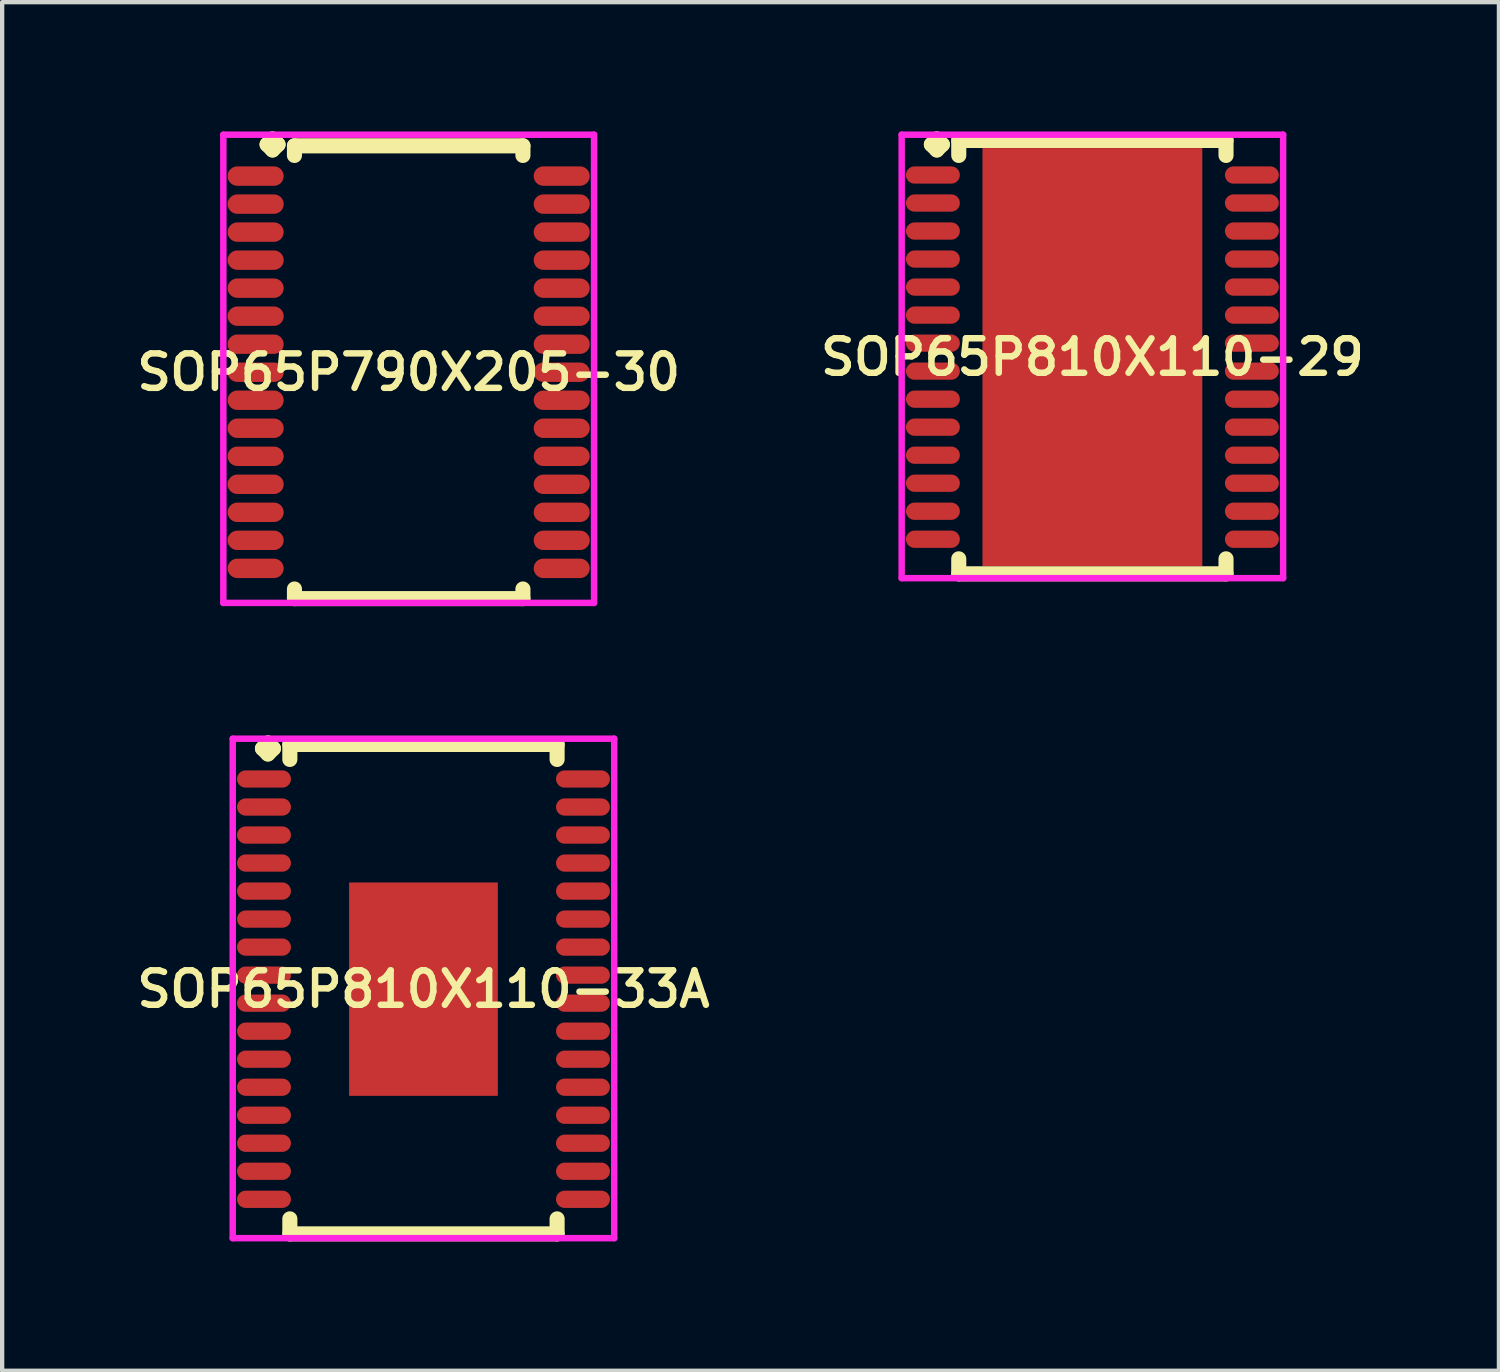
<source format=kicad_pcb>
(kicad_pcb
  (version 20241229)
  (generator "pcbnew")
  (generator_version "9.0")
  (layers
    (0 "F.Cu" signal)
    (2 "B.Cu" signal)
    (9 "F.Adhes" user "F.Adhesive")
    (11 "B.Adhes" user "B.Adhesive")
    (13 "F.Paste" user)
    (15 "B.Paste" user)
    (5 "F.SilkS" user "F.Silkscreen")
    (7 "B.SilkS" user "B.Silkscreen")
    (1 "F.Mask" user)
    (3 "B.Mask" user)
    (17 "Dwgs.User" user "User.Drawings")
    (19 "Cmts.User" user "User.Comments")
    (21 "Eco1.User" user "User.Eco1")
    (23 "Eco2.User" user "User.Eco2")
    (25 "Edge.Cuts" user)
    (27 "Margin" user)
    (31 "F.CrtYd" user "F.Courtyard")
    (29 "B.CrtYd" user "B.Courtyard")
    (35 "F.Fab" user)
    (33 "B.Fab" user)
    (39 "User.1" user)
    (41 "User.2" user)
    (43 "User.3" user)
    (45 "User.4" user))
  (footprint "SOP65P810X110-29"
    (layer "F.Cu")
    (at 22.292 5.235)
    (property "Reference" "SOP65P810X110-29" (at 0 0 0) (layer "F.SilkS") (effects (font (size 0.8 0.8) (thickness 0.15))))
    (attr smd)
    (fp_line (start -3.735 -4.933) (end -3.608 -5.06) (stroke (width 0.35) (type solid)) (layer "F.SilkS"))
    (fp_line (start -3.608 -5.06) (end -3.481 -4.933) (stroke (width 0.35) (type solid)) (layer "F.SilkS"))
    (fp_line (start -3.608 -4.806) (end -3.735 -4.933) (stroke (width 0.35) (type solid)) (layer "F.SilkS"))
    (fp_line (start -3.481 -4.933) (end -3.608 -4.806) (stroke (width 0.35) (type solid)) (layer "F.SilkS"))
    (fp_line (start -3.1 -5.027) (end 3.1 -5.027) (stroke (width 0.35) (type solid)) (layer "F.SilkS"))
    (fp_line (start -3.1 -4.679) (end -3.1 -5.027) (stroke (width 0.35) (type solid)) (layer "F.SilkS"))
    (fp_line (start -3.1 4.679) (end -3.1 5.027) (stroke (width 0.35) (type solid)) (layer "F.SilkS"))
    (fp_line (start -3.1 5.027) (end 3.1 5.027) (stroke (width 0.35) (type solid)) (layer "F.SilkS"))
    (fp_line (start 3.1 -5.027) (end 3.1 -4.679) (stroke (width 0.35) (type solid)) (layer "F.SilkS"))
    (fp_line (start 3.1 5.027) (end 3.1 4.679) (stroke (width 0.35) (type solid)) (layer "F.SilkS"))
    (fp_line (start -4.425 -5.16) (end 4.425 -5.16) (stroke (width 0.15) (type solid)) (layer "F.CrtYd"))
    (fp_line (start -4.425 5.127) (end -4.425 -5.16) (stroke (width 0.15) (type solid)) (layer "F.CrtYd"))
    (fp_line (start 4.425 -5.16) (end 4.425 5.127) (stroke (width 0.15) (type solid)) (layer "F.CrtYd"))
    (fp_line (start 4.425 5.127) (end -4.425 5.127) (stroke (width 0.15) (type solid)) (layer "F.CrtYd"))
    (pad "1" smd oval (at -3.7 -4.225) (size 1.25 0.4) (layers "F.Cu" "F.Mask" "F.Paste"))
    (pad "2" smd oval (at -3.7 -3.575) (size 1.25 0.4) (layers "F.Cu" "F.Mask" "F.Paste"))
    (pad "3" smd oval (at -3.7 -2.925) (size 1.25 0.4) (layers "F.Cu" "F.Mask" "F.Paste"))
    (pad "4" smd oval (at -3.7 -2.275) (size 1.25 0.4) (layers "F.Cu" "F.Mask" "F.Paste"))
    (pad "5" smd oval (at -3.7 -1.625) (size 1.25 0.4) (layers "F.Cu" "F.Mask" "F.Paste"))
    (pad "6" smd oval (at -3.7 -0.975) (size 1.25 0.4) (layers "F.Cu" "F.Mask" "F.Paste"))
    (pad "7" smd oval (at -3.7 -0.325) (size 1.25 0.4) (layers "F.Cu" "F.Mask" "F.Paste"))
    (pad "8" smd oval (at -3.7 0.325) (size 1.25 0.4) (layers "F.Cu" "F.Mask" "F.Paste"))
    (pad "9" smd oval (at -3.7 0.975) (size 1.25 0.4) (layers "F.Cu" "F.Mask" "F.Paste"))
    (pad "10" smd oval (at -3.7 1.625) (size 1.25 0.4) (layers "F.Cu" "F.Mask" "F.Paste"))
    (pad "11" smd oval (at -3.7 2.275) (size 1.25 0.4) (layers "F.Cu" "F.Mask" "F.Paste"))
    (pad "12" smd oval (at -3.7 2.925) (size 1.25 0.4) (layers "F.Cu" "F.Mask" "F.Paste"))
    (pad "13" smd oval (at -3.7 3.575) (size 1.25 0.4) (layers "F.Cu" "F.Mask" "F.Paste"))
    (pad "14" smd oval (at -3.7 4.225) (size 1.25 0.4) (layers "F.Cu" "F.Mask" "F.Paste"))
    (pad "15" smd oval (at 3.7 4.225) (size 1.25 0.4) (layers "F.Cu" "F.Mask" "F.Paste"))
    (pad "16" smd oval (at 3.7 3.575) (size 1.25 0.4) (layers "F.Cu" "F.Mask" "F.Paste"))
    (pad "17" smd oval (at 3.7 2.925) (size 1.25 0.4) (layers "F.Cu" "F.Mask" "F.Paste"))
    (pad "18" smd oval (at 3.7 2.275) (size 1.25 0.4) (layers "F.Cu" "F.Mask" "F.Paste"))
    (pad "19" smd oval (at 3.7 1.625) (size 1.25 0.4) (layers "F.Cu" "F.Mask" "F.Paste"))
    (pad "20" smd oval (at 3.7 0.975) (size 1.25 0.4) (layers "F.Cu" "F.Mask" "F.Paste"))
    (pad "21" smd oval (at 3.7 0.325) (size 1.25 0.4) (layers "F.Cu" "F.Mask" "F.Paste"))
    (pad "22" smd oval (at 3.7 -0.325) (size 1.25 0.4) (layers "F.Cu" "F.Mask" "F.Paste"))
    (pad "23" smd oval (at 3.7 -0.975) (size 1.25 0.4) (layers "F.Cu" "F.Mask" "F.Paste"))
    (pad "24" smd oval (at 3.7 -1.625) (size 1.25 0.4) (layers "F.Cu" "F.Mask" "F.Paste"))
    (pad "25" smd oval (at 3.7 -2.275) (size 1.25 0.4) (layers "F.Cu" "F.Mask" "F.Paste"))
    (pad "26" smd oval (at 3.7 -2.925) (size 1.25 0.4) (layers "F.Cu" "F.Mask" "F.Paste"))
    (pad "27" smd oval (at 3.7 -3.575) (size 1.25 0.4) (layers "F.Cu" "F.Mask" "F.Paste"))
    (pad "28" smd oval (at 3.7 -4.225) (size 1.25 0.4) (layers "F.Cu" "F.Mask" "F.Paste"))
    (pad "29" smd rect (at 0 0) (size 5.1 9.7) (layers "F.Cu" "F.Mask" "F.Paste")))
  (footprint "SOP65P790X205-30"
    (layer "F.Cu")
    (at 6.431 5.585)
    (property "Reference" "SOP65P790X205-30" (at 0 0 0) (layer "F.SilkS") (effects (font (size 0.8 0.8) (thickness 0.15))))
    (attr smd)
    (fp_line (start -3.285 -5.283) (end -3.158 -5.41) (stroke (width 0.35) (type solid)) (layer "F.SilkS"))
    (fp_line (start -3.158 -5.41) (end -3.031 -5.283) (stroke (width 0.35) (type solid)) (layer "F.SilkS"))
    (fp_line (start -3.158 -5.156) (end -3.285 -5.283) (stroke (width 0.35) (type solid)) (layer "F.SilkS"))
    (fp_line (start -3.031 -5.283) (end -3.158 -5.156) (stroke (width 0.35) (type solid)) (layer "F.SilkS"))
    (fp_line (start -2.65 -5.252) (end 2.65 -5.252) (stroke (width 0.35) (type solid)) (layer "F.SilkS"))
    (fp_line (start -2.65 -5.029) (end -2.65 -5.252) (stroke (width 0.35) (type solid)) (layer "F.SilkS"))
    (fp_line (start -2.65 5.029) (end -2.65 5.252) (stroke (width 0.35) (type solid)) (layer "F.SilkS"))
    (fp_line (start -2.65 5.252) (end 2.65 5.252) (stroke (width 0.35) (type solid)) (layer "F.SilkS"))
    (fp_line (start 2.65 -5.252) (end 2.65 -5.029) (stroke (width 0.35) (type solid)) (layer "F.SilkS"))
    (fp_line (start 2.65 5.252) (end 2.65 5.029) (stroke (width 0.35) (type solid)) (layer "F.SilkS"))
    (fp_line (start -4.3 -5.51) (end 4.3 -5.51) (stroke (width 0.15) (type solid)) (layer "F.CrtYd"))
    (fp_line (start -4.3 5.352) (end -4.3 -5.51) (stroke (width 0.15) (type solid)) (layer "F.CrtYd"))
    (fp_line (start 4.3 -5.51) (end 4.3 5.352) (stroke (width 0.15) (type solid)) (layer "F.CrtYd"))
    (fp_line (start 4.3 5.352) (end -4.3 5.352) (stroke (width 0.15) (type solid)) (layer "F.CrtYd"))
    (pad "1" smd oval (at -3.55 -4.55) (size 1.3 0.45) (layers "F.Cu" "F.Mask" "F.Paste"))
    (pad "2" smd oval (at -3.55 -3.9) (size 1.3 0.45) (layers "F.Cu" "F.Mask" "F.Paste"))
    (pad "3" smd oval (at -3.55 -3.25) (size 1.3 0.45) (layers "F.Cu" "F.Mask" "F.Paste"))
    (pad "4" smd oval (at -3.55 -2.6) (size 1.3 0.45) (layers "F.Cu" "F.Mask" "F.Paste"))
    (pad "5" smd oval (at -3.55 -1.95) (size 1.3 0.45) (layers "F.Cu" "F.Mask" "F.Paste"))
    (pad "6" smd oval (at -3.55 -1.3) (size 1.3 0.45) (layers "F.Cu" "F.Mask" "F.Paste"))
    (pad "7" smd oval (at -3.55 -0.65) (size 1.3 0.45) (layers "F.Cu" "F.Mask" "F.Paste"))
    (pad "8" smd oval (at -3.55 0) (size 1.3 0.45) (layers "F.Cu" "F.Mask" "F.Paste"))
    (pad "9" smd oval (at -3.55 0.65) (size 1.3 0.45) (layers "F.Cu" "F.Mask" "F.Paste"))
    (pad "10" smd oval (at -3.55 1.3) (size 1.3 0.45) (layers "F.Cu" "F.Mask" "F.Paste"))
    (pad "11" smd oval (at -3.55 1.95) (size 1.3 0.45) (layers "F.Cu" "F.Mask" "F.Paste"))
    (pad "12" smd oval (at -3.55 2.6) (size 1.3 0.45) (layers "F.Cu" "F.Mask" "F.Paste"))
    (pad "13" smd oval (at -3.55 3.25) (size 1.3 0.45) (layers "F.Cu" "F.Mask" "F.Paste"))
    (pad "14" smd oval (at -3.55 3.9) (size 1.3 0.45) (layers "F.Cu" "F.Mask" "F.Paste"))
    (pad "15" smd oval (at -3.55 4.55) (size 1.3 0.45) (layers "F.Cu" "F.Mask" "F.Paste"))
    (pad "16" smd oval (at 3.55 4.55) (size 1.3 0.45) (layers "F.Cu" "F.Mask" "F.Paste"))
    (pad "17" smd oval (at 3.55 3.9) (size 1.3 0.45) (layers "F.Cu" "F.Mask" "F.Paste"))
    (pad "18" smd oval (at 3.55 3.25) (size 1.3 0.45) (layers "F.Cu" "F.Mask" "F.Paste"))
    (pad "19" smd oval (at 3.55 2.6) (size 1.3 0.45) (layers "F.Cu" "F.Mask" "F.Paste"))
    (pad "20" smd oval (at 3.55 1.95) (size 1.3 0.45) (layers "F.Cu" "F.Mask" "F.Paste"))
    (pad "21" smd oval (at 3.55 1.3) (size 1.3 0.45) (layers "F.Cu" "F.Mask" "F.Paste"))
    (pad "22" smd oval (at 3.55 0.65) (size 1.3 0.45) (layers "F.Cu" "F.Mask" "F.Paste"))
    (pad "23" smd oval (at 3.55 0) (size 1.3 0.45) (layers "F.Cu" "F.Mask" "F.Paste"))
    (pad "24" smd oval (at 3.55 -0.65) (size 1.3 0.45) (layers "F.Cu" "F.Mask" "F.Paste"))
    (pad "25" smd oval (at 3.55 -1.3) (size 1.3 0.45) (layers "F.Cu" "F.Mask" "F.Paste"))
    (pad "26" smd oval (at 3.55 -1.95) (size 1.3 0.45) (layers "F.Cu" "F.Mask" "F.Paste"))
    (pad "27" smd oval (at 3.55 -2.6) (size 1.3 0.45) (layers "F.Cu" "F.Mask" "F.Paste"))
    (pad "28" smd oval (at 3.55 -3.25) (size 1.3 0.45) (layers "F.Cu" "F.Mask" "F.Paste"))
    (pad "29" smd oval (at 3.55 -3.9) (size 1.3 0.45) (layers "F.Cu" "F.Mask" "F.Paste"))
    (pad "30" smd oval (at 3.55 -4.55) (size 1.3 0.45) (layers "F.Cu" "F.Mask" "F.Paste")))
  (footprint "SOP65P810X110-33A"
    (layer "F.Cu")
    (at 6.774 19.897)
    (property "Reference" "SOP65P810X110-33A" (at 0 0 0) (layer "F.SilkS") (effects (font (size 0.8 0.8) (thickness 0.15))))
    (attr through_hole)
    (fp_line (start -3.735 -5.583) (end -3.608 -5.71) (stroke (width 0.35) (type solid)) (layer "F.SilkS"))
    (fp_line (start -3.608 -5.71) (end -3.481 -5.583) (stroke (width 0.35) (type solid)) (layer "F.SilkS"))
    (fp_line (start -3.608 -5.456) (end -3.735 -5.583) (stroke (width 0.35) (type solid)) (layer "F.SilkS"))
    (fp_line (start -3.481 -5.583) (end -3.608 -5.456) (stroke (width 0.35) (type solid)) (layer "F.SilkS"))
    (fp_line (start -3.1 -5.677) (end 3.1 -5.677) (stroke (width 0.35) (type solid)) (layer "F.SilkS"))
    (fp_line (start -3.1 -5.329) (end -3.1 -5.677) (stroke (width 0.35) (type solid)) (layer "F.SilkS"))
    (fp_line (start -3.1 5.329) (end -3.1 5.677) (stroke (width 0.35) (type solid)) (layer "F.SilkS"))
    (fp_line (start -3.1 5.677) (end 3.1 5.677) (stroke (width 0.35) (type solid)) (layer "F.SilkS"))
    (fp_line (start 3.1 -5.677) (end 3.1 -5.329) (stroke (width 0.35) (type solid)) (layer "F.SilkS"))
    (fp_line (start 3.1 5.677) (end 3.1 5.329) (stroke (width 0.35) (type solid)) (layer "F.SilkS"))
    (fp_line (start -4.425 -5.81) (end 4.425 -5.81) (stroke (width 0.15) (type solid)) (layer "F.CrtYd"))
    (fp_line (start -4.425 5.777) (end -4.425 -5.81) (stroke (width 0.15) (type solid)) (layer "F.CrtYd"))
    (fp_line (start 4.425 -5.81) (end 4.425 5.777) (stroke (width 0.15) (type solid)) (layer "F.CrtYd"))
    (fp_line (start 4.425 5.777) (end -4.425 5.777) (stroke (width 0.15) (type solid)) (layer "F.CrtYd"))
    (pad "1" smd oval (at -3.7 -4.875) (size 1.25 0.4) (layers "F.Cu" "F.Mask" "F.Paste"))
    (pad "2" smd oval (at -3.7 -4.225) (size 1.25 0.4) (layers "F.Cu" "F.Mask" "F.Paste"))
    (pad "3" smd oval (at -3.7 -3.575) (size 1.25 0.4) (layers "F.Cu" "F.Mask" "F.Paste"))
    (pad "4" smd oval (at -3.7 -2.925) (size 1.25 0.4) (layers "F.Cu" "F.Mask" "F.Paste"))
    (pad "5" smd oval (at -3.7 -2.275) (size 1.25 0.4) (layers "F.Cu" "F.Mask" "F.Paste"))
    (pad "6" smd oval (at -3.7 -1.625) (size 1.25 0.4) (layers "F.Cu" "F.Mask" "F.Paste"))
    (pad "7" smd oval (at -3.7 -0.975) (size 1.25 0.4) (layers "F.Cu" "F.Mask" "F.Paste"))
    (pad "8" smd oval (at -3.7 -0.325) (size 1.25 0.4) (layers "F.Cu" "F.Mask" "F.Paste"))
    (pad "9" smd oval (at -3.7 0.325) (size 1.25 0.4) (layers "F.Cu" "F.Mask" "F.Paste"))
    (pad "10" smd oval (at -3.7 0.975) (size 1.25 0.4) (layers "F.Cu" "F.Mask" "F.Paste"))
    (pad "11" smd oval (at -3.7 1.625) (size 1.25 0.4) (layers "F.Cu" "F.Mask" "F.Paste"))
    (pad "12" smd oval (at -3.7 2.275) (size 1.25 0.4) (layers "F.Cu" "F.Mask" "F.Paste"))
    (pad "13" smd oval (at -3.7 2.925) (size 1.25 0.4) (layers "F.Cu" "F.Mask" "F.Paste"))
    (pad "14" smd oval (at -3.7 3.575) (size 1.25 0.4) (layers "F.Cu" "F.Mask" "F.Paste"))
    (pad "15" smd oval (at -3.7 4.225) (size 1.25 0.4) (layers "F.Cu" "F.Mask" "F.Paste"))
    (pad "16" smd oval (at -3.7 4.875) (size 1.25 0.4) (layers "F.Cu" "F.Mask" "F.Paste"))
    (pad "17" smd oval (at 3.7 4.875) (size 1.25 0.4) (layers "F.Cu" "F.Mask" "F.Paste"))
    (pad "18" smd oval (at 3.7 4.225) (size 1.25 0.4) (layers "F.Cu" "F.Mask" "F.Paste"))
    (pad "19" smd oval (at 3.7 3.575) (size 1.25 0.4) (layers "F.Cu" "F.Mask" "F.Paste"))
    (pad "20" smd oval (at 3.7 2.925) (size 1.25 0.4) (layers "F.Cu" "F.Mask" "F.Paste"))
    (pad "21" smd oval (at 3.7 2.275) (size 1.25 0.4) (layers "F.Cu" "F.Mask" "F.Paste"))
    (pad "22" smd oval (at 3.7 1.625) (size 1.25 0.4) (layers "F.Cu" "F.Mask" "F.Paste"))
    (pad "23" smd oval (at 3.7 0.975) (size 1.25 0.4) (layers "F.Cu" "F.Mask" "F.Paste"))
    (pad "24" smd oval (at 3.7 0.325) (size 1.25 0.4) (layers "F.Cu" "F.Mask" "F.Paste"))
    (pad "25" smd oval (at 3.7 -0.325) (size 1.25 0.4) (layers "F.Cu" "F.Mask" "F.Paste"))
    (pad "26" smd oval (at 3.7 -0.975) (size 1.25 0.4) (layers "F.Cu" "F.Mask" "F.Paste"))
    (pad "27" smd oval (at 3.7 -1.625) (size 1.25 0.4) (layers "F.Cu" "F.Mask" "F.Paste"))
    (pad "28" smd oval (at 3.7 -2.275) (size 1.25 0.4) (layers "F.Cu" "F.Mask" "F.Paste"))
    (pad "29" smd oval (at 3.7 -2.925) (size 1.25 0.4) (layers "F.Cu" "F.Mask" "F.Paste"))
    (pad "30" smd oval (at 3.7 -3.575) (size 1.25 0.4) (layers "F.Cu" "F.Mask" "F.Paste"))
    (pad "31" smd oval (at 3.7 -4.225) (size 1.25 0.4) (layers "F.Cu" "F.Mask" "F.Paste"))
    (pad "32" smd oval (at 3.7 -4.875) (size 1.25 0.4) (layers "F.Cu" "F.Mask" "F.Paste"))
    (pad "33" smd rect (at 0 0) (size 3.45 4.95) (layers "F.Cu" "F.Mask" "F.Paste")))
  (gr_rect
    (start -3 -3)
    (end 31.723 28.749)
    (stroke (width 0.1) (type default))
    (fill no)
    (layer "Edge.Cuts")))
</source>
